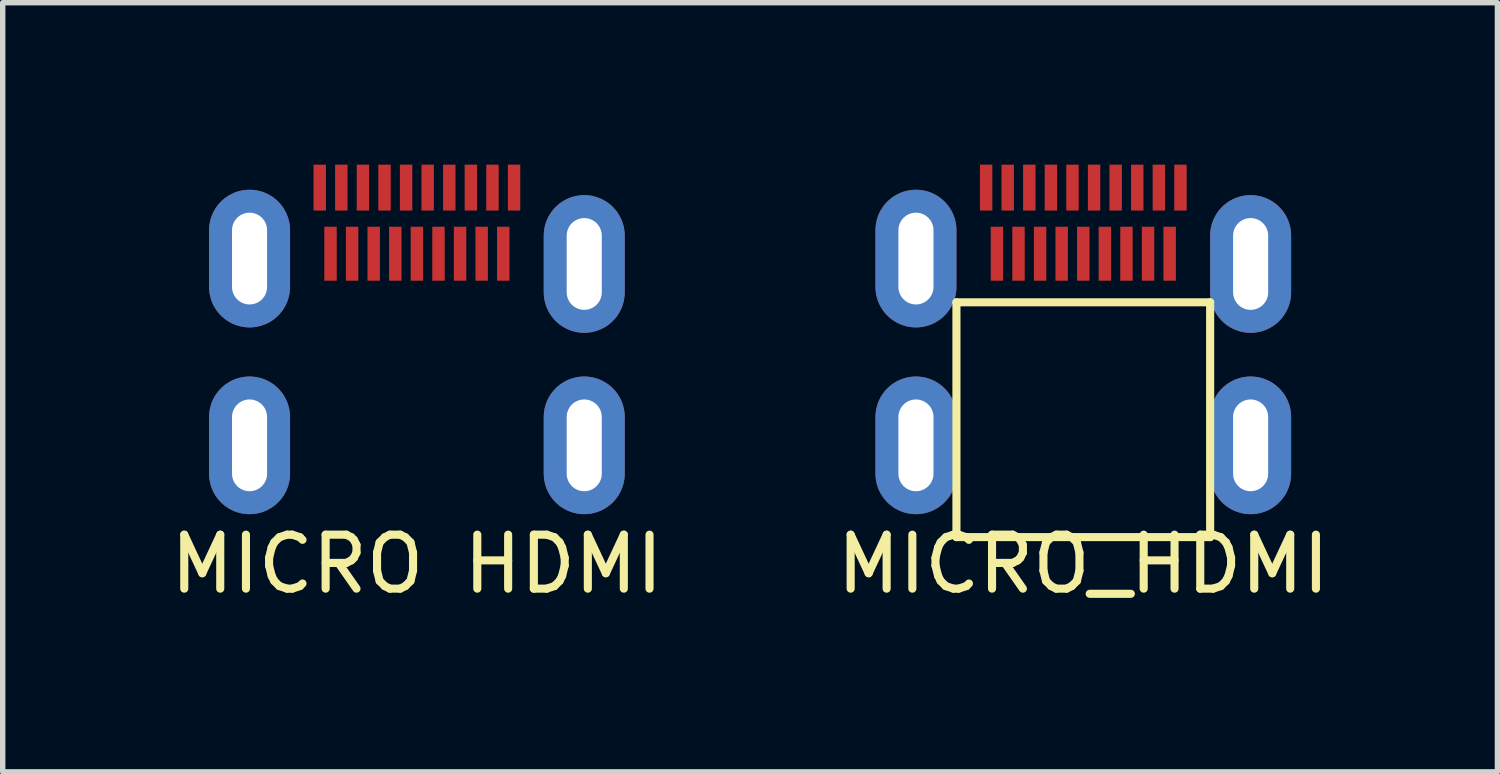
<source format=kicad_pcb>
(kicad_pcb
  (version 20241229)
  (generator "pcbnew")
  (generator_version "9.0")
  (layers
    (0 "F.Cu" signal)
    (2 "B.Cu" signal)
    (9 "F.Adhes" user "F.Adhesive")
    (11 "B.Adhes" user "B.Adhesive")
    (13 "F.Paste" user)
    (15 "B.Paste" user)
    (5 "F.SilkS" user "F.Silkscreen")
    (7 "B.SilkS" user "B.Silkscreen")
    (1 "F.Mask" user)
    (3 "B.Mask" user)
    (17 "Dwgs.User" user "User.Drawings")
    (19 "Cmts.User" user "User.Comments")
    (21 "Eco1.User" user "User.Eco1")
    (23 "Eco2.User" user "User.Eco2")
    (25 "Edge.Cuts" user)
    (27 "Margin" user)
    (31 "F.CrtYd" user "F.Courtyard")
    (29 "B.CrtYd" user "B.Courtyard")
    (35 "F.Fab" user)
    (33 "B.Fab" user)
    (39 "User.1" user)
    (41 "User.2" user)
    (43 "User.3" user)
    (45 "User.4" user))
  (footprint "MICRO_HDMI"
    (layer "F.Cu")
    (at 17.018 6.9)
    (property "Reference" "MICRO_HDMI" (at 0 0.5 0) (layer "F.SilkS") (effects (font (size 1 1) (thickness 0.15))))
    (attr through_hole)
    (fp_line (start -2.35 -4.35) (end -2.35 0) (stroke (width 0.15) (type solid)) (layer "F.SilkS"))
    (fp_line (start -2.35 0) (end 2.35 0) (stroke (width 0.15) (type solid)) (layer "F.SilkS"))
    (fp_line (start 2.35 -4.35) (end -2.35 -4.35) (stroke (width 0.15) (type solid)) (layer "F.SilkS"))
    (fp_line (start 2.35 0) (end 2.35 -4.35) (stroke (width 0.15) (type solid)) (layer "F.SilkS"))
    (pad "" thru_hole oval (at -3.1 -5.16) (size 1.5 2.55) (drill oval 0.65 1.7) (layers "*.Cu" "*.Mask"))
    (pad "" thru_hole oval (at -3.1 -1.7) (size 1.5 2.55) (drill oval 0.65 1.7) (layers "*.Cu" "*.Mask"))
    (pad "" thru_hole oval (at 3.1 -5.06) (size 1.5 2.55) (drill oval 0.65 1.7) (layers "*.Cu" "*.Mask"))
    (pad "" thru_hole oval (at 3.1 -1.7) (size 1.5 2.55) (drill oval 0.65 1.7) (layers "*.Cu" "*.Mask"))
    (pad "1" smd rect (at 1.8 -6.475) (size 0.23 0.85) (layers "F.Cu" "F.Mask" "F.Paste"))
    (pad "2" smd rect (at 1.6 -5.25) (size 0.23 1) (layers "F.Cu" "F.Mask" "F.Paste"))
    (pad "3" smd rect (at 1.4 -6.475) (size 0.23 0.85) (layers "F.Cu" "F.Mask" "F.Paste"))
    (pad "4" smd rect (at 1.2 -5.25) (size 0.23 1) (layers "F.Cu" "F.Mask" "F.Paste"))
    (pad "5" smd rect (at 1 -6.475) (size 0.23 0.85) (layers "F.Cu" "F.Mask" "F.Paste"))
    (pad "6" smd rect (at 0.8 -5.25) (size 0.23 1) (layers "F.Cu" "F.Mask" "F.Paste"))
    (pad "7" smd rect (at 0.6 -6.475) (size 0.23 0.85) (layers "F.Cu" "F.Mask" "F.Paste"))
    (pad "8" smd rect (at 0.4 -5.25) (size 0.23 1) (layers "F.Cu" "F.Mask" "F.Paste"))
    (pad "9" smd rect (at 0.2 -6.475) (size 0.23 0.85) (layers "F.Cu" "F.Mask" "F.Paste"))
    (pad "10" smd rect (at 0 -5.25) (size 0.23 1) (layers "F.Cu" "F.Mask" "F.Paste"))
    (pad "11" smd rect (at -0.2 -6.475) (size 0.23 0.85) (layers "F.Cu" "F.Mask" "F.Paste"))
    (pad "12" smd rect (at -0.4 -5.25) (size 0.23 1) (layers "F.Cu" "F.Mask" "F.Paste"))
    (pad "13" smd rect (at -0.6 -6.475) (size 0.23 0.85) (layers "F.Cu" "F.Mask" "F.Paste"))
    (pad "14" smd rect (at -0.8 -5.25) (size 0.23 1) (layers "F.Cu" "F.Mask" "F.Paste"))
    (pad "15" smd rect (at -1 -6.475) (size 0.23 0.85) (layers "F.Cu" "F.Mask" "F.Paste"))
    (pad "16" smd rect (at -1.2 -5.25) (size 0.23 1) (layers "F.Cu" "F.Mask" "F.Paste"))
    (pad "17" smd rect (at -1.4 -6.475) (size 0.23 0.85) (layers "F.Cu" "F.Mask" "F.Paste"))
    (pad "18" smd rect (at -1.6 -5.25) (size 0.23 1) (layers "F.Cu" "F.Mask" "F.Paste"))
    (pad "19" smd rect (at -1.8 -6.475) (size 0.23 0.85) (layers "F.Cu" "F.Mask" "F.Paste")))
  (footprint "MICRO HDMI"
    (layer "F.Cu")
    (at 4.673 6.9)
    (property "Reference" "MICRO HDMI" (at 0 0.5 0) (layer "F.SilkS") (effects (font (size 1 1) (thickness 0.15))))
    (attr through_hole)
    (pad "1" smd rect (at -1.8 -6.475) (size 0.23 0.85) (layers "F.Cu" "F.Mask" "F.Paste"))
    (pad "1" smd rect (at -1.4 -6.475) (size 0.23 0.85) (layers "F.Cu" "F.Mask" "F.Paste"))
    (pad "1" smd rect (at -1 -6.475) (size 0.23 0.85) (layers "F.Cu" "F.Mask" "F.Paste"))
    (pad "1" smd rect (at -0.6 -6.475) (size 0.23 0.85) (layers "F.Cu" "F.Mask" "F.Paste"))
    (pad "1" smd rect (at -0.2 -6.475) (size 0.23 0.85) (layers "F.Cu" "F.Mask" "F.Paste"))
    (pad "1" smd rect (at 0.2 -6.475) (size 0.23 0.85) (layers "F.Cu" "F.Mask" "F.Paste"))
    (pad "1" smd rect (at 0.6 -6.475) (size 0.23 0.85) (layers "F.Cu" "F.Mask" "F.Paste"))
    (pad "1" smd rect (at 1.8 -6.475) (size 0.23 0.85) (layers "F.Cu" "F.Mask" "F.Paste"))
    (pad "2" smd rect (at -1.6 -5.25) (size 0.23 1) (layers "F.Cu" "F.Mask" "F.Paste"))
    (pad "2" smd rect (at -1.2 -5.25) (size 0.23 1) (layers "F.Cu" "F.Mask" "F.Paste"))
    (pad "2" smd rect (at -0.8 -5.25) (size 0.23 1) (layers "F.Cu" "F.Mask" "F.Paste"))
    (pad "2" smd rect (at -0.4 -5.25) (size 0.23 1) (layers "F.Cu" "F.Mask" "F.Paste"))
    (pad "2" smd rect (at 0 -5.25) (size 0.23 1) (layers "F.Cu" "F.Mask" "F.Paste"))
    (pad "2" smd rect (at 0.4 -5.25) (size 0.23 1) (layers "F.Cu" "F.Mask" "F.Paste"))
    (pad "2" smd rect (at 0.8 -5.25) (size 0.23 1) (layers "F.Cu" "F.Mask" "F.Paste"))
    (pad "2" smd rect (at 1.6 -5.25) (size 0.23 1) (layers "F.Cu" "F.Mask" "F.Paste"))
    (pad "3" thru_hole oval (at -3.1 -5.16) (size 1.5 2.55) (drill oval 0.65 1.7) (layers "*.Cu" "*.Mask"))
    (pad "3" thru_hole oval (at -3.1 -1.7) (size 1.5 2.55) (drill oval 0.65 1.7) (layers "*.Cu" "*.Mask"))
    (pad "3" smd rect (at 1.4 -6.475) (size 0.23 0.85) (layers "F.Cu" "F.Mask" "F.Paste"))
    (pad "3" thru_hole oval (at 3.1 -5.06) (size 1.5 2.55) (drill oval 0.65 1.7) (layers "*.Cu" "*.Mask"))
    (pad "3" thru_hole oval (at 3.1 -1.7) (size 1.5 2.55) (drill oval 0.65 1.7) (layers "*.Cu" "*.Mask"))
    (pad "4" smd rect (at 1.2 -5.25) (size 0.23 1) (layers "F.Cu" "F.Mask" "F.Paste"))
    (pad "5" smd rect (at 1 -6.475) (size 0.23 0.85) (layers "F.Cu" "F.Mask" "F.Paste")))
  (gr_rect
    (start -3 -3)
    (end 24.69 11.248)
    (stroke (width 0.1) (type default))
    (fill no)
    (layer "Edge.Cuts")))
</source>
